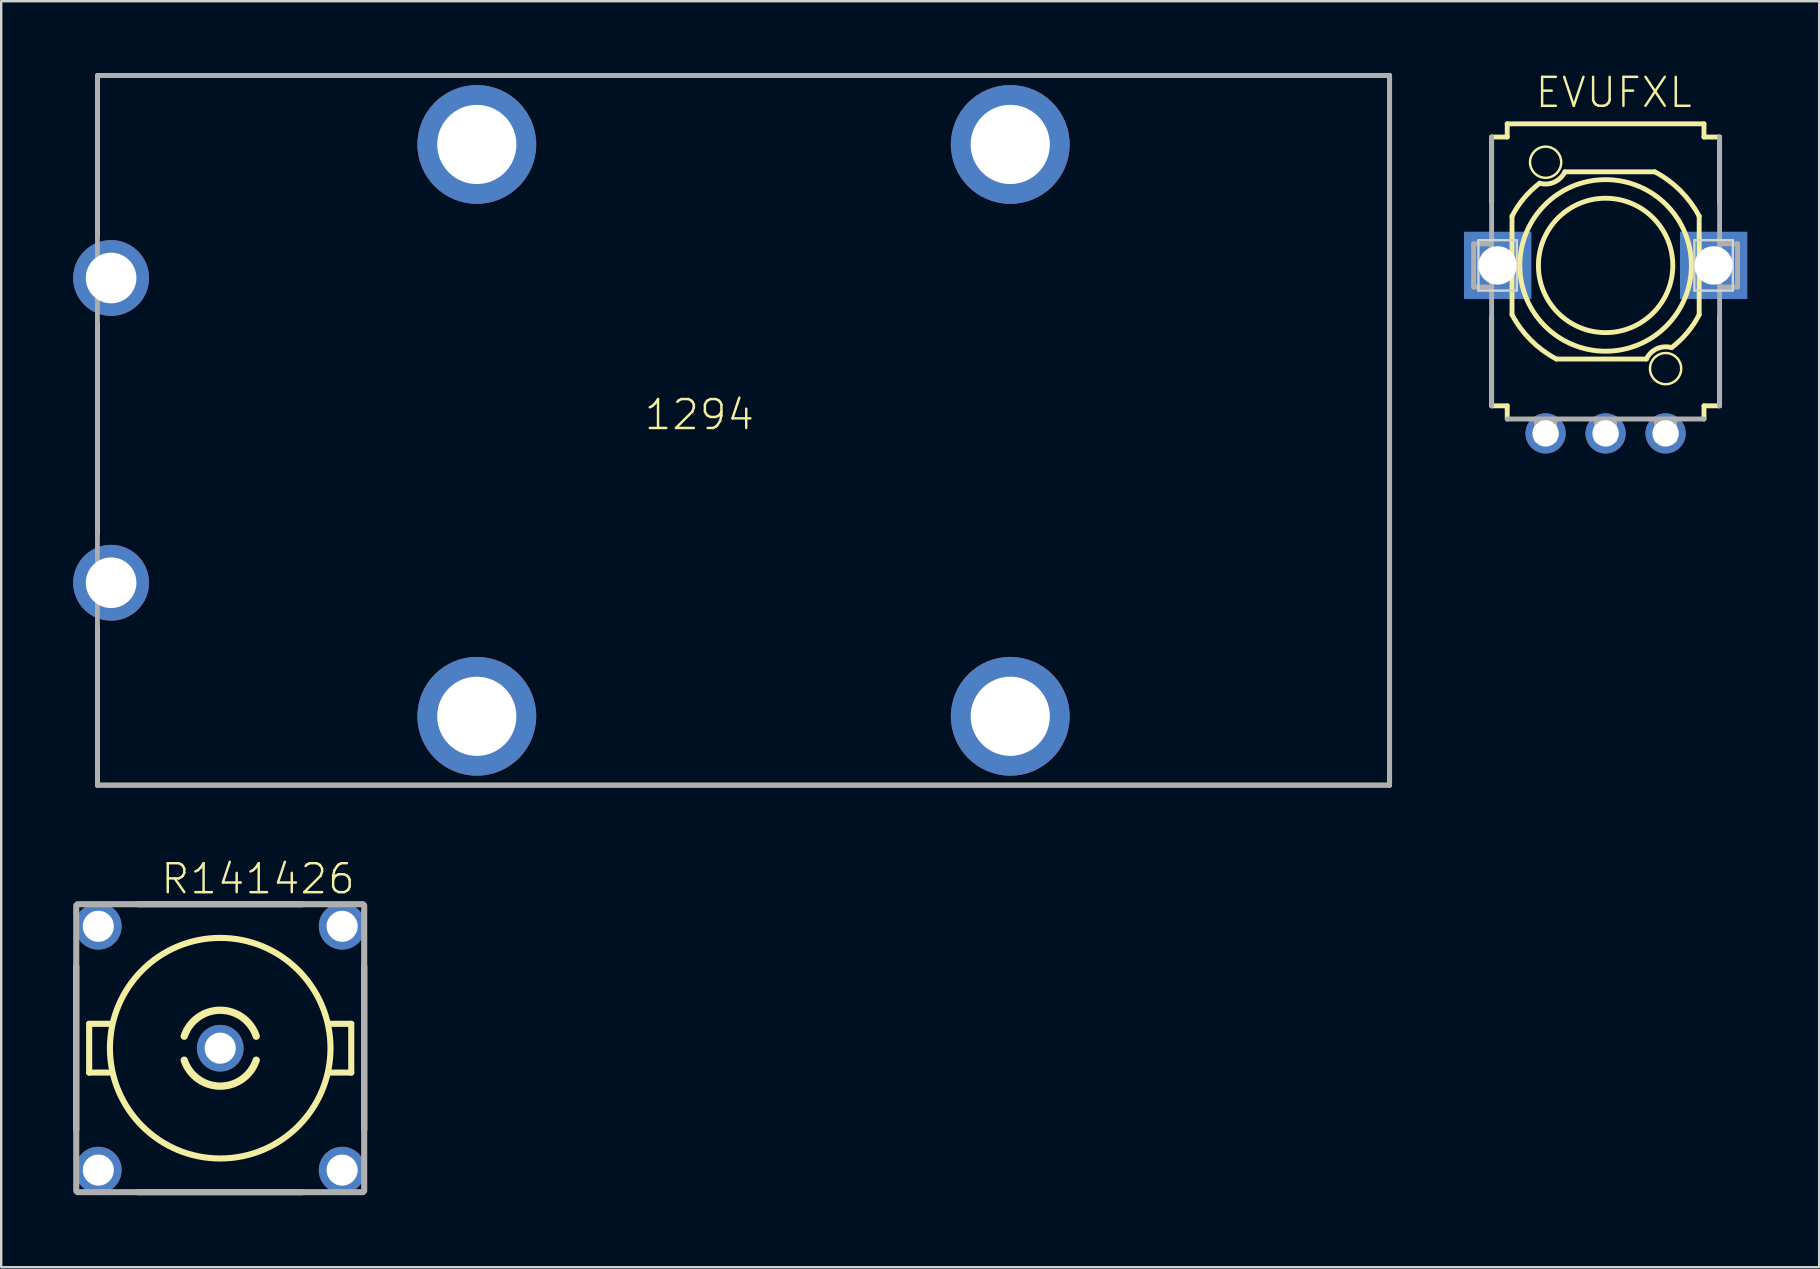
<source format=kicad_pcb>
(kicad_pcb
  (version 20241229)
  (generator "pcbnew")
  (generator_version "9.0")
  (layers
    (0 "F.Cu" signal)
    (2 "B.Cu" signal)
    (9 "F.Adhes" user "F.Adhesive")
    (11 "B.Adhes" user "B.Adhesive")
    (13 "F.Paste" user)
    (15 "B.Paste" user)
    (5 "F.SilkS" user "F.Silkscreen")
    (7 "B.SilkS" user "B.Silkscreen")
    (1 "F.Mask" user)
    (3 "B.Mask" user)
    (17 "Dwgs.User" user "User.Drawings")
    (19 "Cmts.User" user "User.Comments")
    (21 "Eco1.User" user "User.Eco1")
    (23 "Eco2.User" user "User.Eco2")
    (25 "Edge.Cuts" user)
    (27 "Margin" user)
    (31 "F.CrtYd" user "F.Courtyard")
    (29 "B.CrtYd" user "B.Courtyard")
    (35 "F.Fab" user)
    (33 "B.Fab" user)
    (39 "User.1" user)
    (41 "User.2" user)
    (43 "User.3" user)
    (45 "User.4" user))
  (footprint "R141426"
    (layer "F.Cu")
    (at 6.127 40.631)
    (property "Reference" "R141426" (at -2.54 -6.35 0) (layer "F.SilkS") (effects (font (size 1.206 1.206) (thickness 0.102)) (justify left bottom)))
    (attr through_hole)
    (fp_line (start -6 -3.41) (end -6 3.41) (stroke (width 0.254) (type solid)) (layer "F.SilkS"))
    (fp_line (start -5.461 -1.016) (end -5.461 1.016) (stroke (width 0.254) (type solid)) (layer "F.SilkS"))
    (fp_line (start -5.461 1.016) (end -4.572 1.016) (stroke (width 0.254) (type solid)) (layer "F.SilkS"))
    (fp_line (start -4.572 -1.016) (end -5.461 -1.016) (stroke (width 0.254) (type solid)) (layer "F.SilkS"))
    (fp_line (start -3.41 6) (end 3.41 6) (stroke (width 0.254) (type solid)) (layer "F.SilkS"))
    (fp_line (start 3.41 -6) (end -3.41 -6) (stroke (width 0.254) (type solid)) (layer "F.SilkS"))
    (fp_line (start 4.572 1.016) (end 5.461 1.016) (stroke (width 0.254) (type solid)) (layer "F.SilkS"))
    (fp_line (start 5.461 -1.016) (end 4.572 -1.016) (stroke (width 0.254) (type solid)) (layer "F.SilkS"))
    (fp_line (start 5.461 1.016) (end 5.461 -1.016) (stroke (width 0.254) (type solid)) (layer "F.SilkS"))
    (fp_line (start 6 3.41) (end 6 -3.41) (stroke (width 0.254) (type solid)) (layer "F.SilkS"))
    (fp_arc (start -1.5 -0.5) (mid 0 -1.581139) (end 1.5 -0.5) (stroke (width 0.3048) (type solid)) (layer "F.SilkS"))
    (fp_arc (start 1.5 0.5) (mid 0 1.581139) (end -1.5 0.5) (stroke (width 0.3048) (type solid)) (layer "F.SilkS"))
    (fp_circle (center 0 0) (end 4.596 0) (stroke (width 0.254) (type solid)) (fill no) (layer "F.SilkS"))
    (fp_line (start -6 -5.95) (end -6 5.95) (stroke (width 0.254) (type solid)) (layer "F.Fab"))
    (fp_line (start -5.95 6) (end 5.95 6) (stroke (width 0.254) (type solid)) (layer "F.Fab"))
    (fp_line (start 5.95 -6) (end -5.95 -6) (stroke (width 0.254) (type solid)) (layer "F.Fab"))
    (fp_line (start 6 5.95) (end 6 -5.95) (stroke (width 0.254) (type solid)) (layer "F.Fab"))
    (pad "1" thru_hole circle (at 0 0) (size 1.943 1.943) (drill 1.295) (layers "*.Cu" "*.Mask"))
    (pad "2" thru_hole circle (at 5.08 -5.08) (size 1.943 1.943) (drill 1.295) (layers "*.Cu" "*.Mask"))
    (pad "3" thru_hole circle (at -5.08 -5.08) (size 1.943 1.943) (drill 1.295) (layers "*.Cu" "*.Mask"))
    (pad "4" thru_hole circle (at -5.08 5.08) (size 1.943 1.943) (drill 1.295) (layers "*.Cu" "*.Mask"))
    (pad "5" thru_hole circle (at 5.08 5.08) (size 1.943 1.943) (drill 1.295) (layers "*.Cu" "*.Mask")))
  (footprint "EVUFXL"
    (layer "F.Cu")
    (at 63.86 8.011)
    (property "Reference" "EVUFXL" (at -3 -6.5 0) (layer "F.SilkS") (effects (font (size 1.206 1.206) (thickness 0.102)) (justify left bottom)))
    (attr through_hole)
    (fp_line (start -4.75 -2.65) (end -4.75 -5.35) (stroke (width 0.203) (type solid)) (layer "F.SilkS"))
    (fp_line (start -4.75 5.85) (end -4.75 2.15) (stroke (width 0.203) (type solid)) (layer "F.SilkS"))
    (fp_line (start -4.75 5.85) (end -4.1 5.85) (stroke (width 0.203) (type solid)) (layer "F.SilkS"))
    (fp_line (start -4.1 -5.9) (end -4.1 -5.35) (stroke (width 0.203) (type solid)) (layer "F.SilkS"))
    (fp_line (start -4.1 -5.9) (end 4.1 -5.9) (stroke (width 0.203) (type solid)) (layer "F.SilkS"))
    (fp_line (start -4.1 -5.35) (end -4.75 -5.35) (stroke (width 0.203) (type solid)) (layer "F.SilkS"))
    (fp_line (start -4.1 5.85) (end -4.1 6.4) (stroke (width 0.203) (type solid)) (layer "F.SilkS"))
    (fp_line (start -3.9 -2.05) (end -3.9 2.05) (stroke (width 0.203) (type solid)) (layer "F.SilkS"))
    (fp_line (start -1.7 -3.9) (end 2.05 -3.9) (stroke (width 0.203) (type solid)) (layer "F.SilkS"))
    (fp_line (start 1.7 3.9) (end -2.05 3.9) (stroke (width 0.203) (type solid)) (layer "F.SilkS"))
    (fp_line (start 3.9 2.05) (end 3.9 -2.05) (stroke (width 0.203) (type solid)) (layer "F.SilkS"))
    (fp_line (start 4.1 -5.35) (end 4.1 -5.9) (stroke (width 0.203) (type solid)) (layer "F.SilkS"))
    (fp_line (start 4.1 5.85) (end 4.75 5.85) (stroke (width 0.203) (type solid)) (layer "F.SilkS"))
    (fp_line (start 4.1 6.4) (end 4.1 5.85) (stroke (width 0.203) (type solid)) (layer "F.SilkS"))
    (fp_line (start 4.75 -5.35) (end 4.1 -5.35) (stroke (width 0.203) (type solid)) (layer "F.SilkS"))
    (fp_line (start 4.75 -5.35) (end 4.75 -2.65) (stroke (width 0.203) (type solid)) (layer "F.SilkS"))
    (fp_line (start 4.75 2.15) (end 4.75 5.85) (stroke (width 0.203) (type solid)) (layer "F.SilkS"))
    (fp_arc (start -3.9 -2.05) (mid -3.402413 -2.802246) (end -2.75 -3.425) (stroke (width 0.2032) (type solid)) (layer "F.SilkS"))
    (fp_arc (start -2.05 3.9) (mid -3.115486 3.115486) (end -3.9 2.05) (stroke (width 0.2032) (type solid)) (layer "F.SilkS"))
    (fp_arc (start -1.700001 -3.899999) (mid -2.138487 -3.471258) (end -2.75 -3.425) (stroke (width 0.2032) (type solid)) (layer "F.SilkS"))
    (fp_arc (start 1.700001 3.899999) (mid 2.138487 3.471258) (end 2.75 3.425) (stroke (width 0.2032) (type solid)) (layer "F.SilkS"))
    (fp_arc (start 2.05 -3.9) (mid 3.115486 -3.115486) (end 3.9 -2.05) (stroke (width 0.2032) (type solid)) (layer "F.SilkS"))
    (fp_arc (start 3.9 2.05) (mid 3.402413 2.802246) (end 2.75 3.425) (stroke (width 0.2032) (type solid)) (layer "F.SilkS"))
    (fp_circle (center -2.5 -4.3) (end -1.85 -4.3) (stroke (width 0.102) (type solid)) (fill no) (layer "F.SilkS"))
    (fp_circle (center 0 0) (end 2.8 0) (stroke (width 0.203) (type solid)) (fill no) (layer "F.SilkS"))
    (fp_circle (center 0 0) (end 3.575 0) (stroke (width 0.203) (type solid)) (fill no) (layer "F.SilkS"))
    (fp_circle (center 2.5 4.3) (end 3.15 4.3) (stroke (width 0.102) (type solid)) (fill no) (layer "F.SilkS"))
    (fp_line (start -5.3 1.05) (end -5.3 -1.05) (stroke (width 0.1) (type solid)) (layer "Edge.Cuts"))
    (fp_line (start -3.7 -1.05) (end -5.3 -1.05) (stroke (width 0.1) (type solid)) (layer "Edge.Cuts"))
    (fp_line (start -3.7 -1.05) (end -3.7 1.05) (stroke (width 0.1) (type solid)) (layer "Edge.Cuts"))
    (fp_line (start -3.7 1.05) (end -5.3 1.05) (stroke (width 0.1) (type solid)) (layer "Edge.Cuts"))
    (fp_line (start 3.7 1.05) (end 3.7 -1.05) (stroke (width 0.1) (type solid)) (layer "Edge.Cuts"))
    (fp_line (start 5.3 -1.05) (end 3.7 -1.05) (stroke (width 0.1) (type solid)) (layer "Edge.Cuts"))
    (fp_line (start 5.3 -1.05) (end 5.3 1.05) (stroke (width 0.1) (type solid)) (layer "Edge.Cuts"))
    (fp_line (start 5.3 1.05) (end 3.7 1.05) (stroke (width 0.1) (type solid)) (layer "Edge.Cuts"))
    (fp_line (start -5.5 -0.9) (end -5.5 0.9) (stroke (width 0.203) (type solid)) (layer "F.Fab"))
    (fp_line (start -5.5 0.9) (end -4.85 0.9) (stroke (width 0.203) (type solid)) (layer "F.Fab"))
    (fp_line (start -4.85 -0.9) (end -5.5 -0.9) (stroke (width 0.203) (type solid)) (layer "F.Fab"))
    (fp_line (start -4.75 5.85) (end -4.75 -5.35) (stroke (width 0.203) (type solid)) (layer "F.Fab"))
    (fp_line (start 4.1 6.4) (end -4.1 6.4) (stroke (width 0.203) (type solid)) (layer "F.Fab"))
    (fp_line (start 4.75 -5.35) (end 4.75 5.85) (stroke (width 0.203) (type solid)) (layer "F.Fab"))
    (fp_line (start 4.85 0.9) (end 5.5 0.9) (stroke (width 0.203) (type solid)) (layer "F.Fab"))
    (fp_line (start 5.5 -0.9) (end 4.85 -0.9) (stroke (width 0.203) (type solid)) (layer "F.Fab"))
    (fp_line (start 5.5 0.9) (end 5.5 -0.9) (stroke (width 0.203) (type solid)) (layer "F.Fab"))
    (fp_poly (pts (xy -2.925 7.325) (xy -2.075 7.325) (xy -2.075 6.5) (xy -2.925 6.5)) (stroke (width 0.1) (type solid)) (fill no) (layer "F.Fab"))
    (fp_poly (pts (xy -0.425 7.325) (xy 0.425 7.325) (xy 0.425 6.5) (xy -0.425 6.5)) (stroke (width 0.1) (type solid)) (fill no) (layer "F.Fab"))
    (fp_poly (pts (xy 2.075 7.325) (xy 2.925 7.325) (xy 2.925 6.5) (xy 2.075 6.5)) (stroke (width 0.1) (type solid)) (fill no) (layer "F.Fab"))
    (pad "1" thru_hole circle (at -2.5 7 270) (size 1.676 1.676) (drill 1.1) (layers "*.Cu" "*.Mask"))
    (pad "2" thru_hole circle (at 0 7 270) (size 1.676 1.676) (drill 1.1) (layers "*.Cu" "*.Mask"))
    (pad "3" thru_hole circle (at 2.5 7 270) (size 1.676 1.676) (drill 1.1) (layers "*.Cu" "*.Mask"))
    (pad "M1" thru_hole rect (at 4.5 0 270) (size 2.8 2.8) (drill 1.6) (layers "*.Cu" "*.Mask"))
    (pad "M2" thru_hole rect (at -4.5 0 270) (size 2.8 2.8) (drill 1.6) (layers "*.Cu" "*.Mask")))
  (footprint "1294"
    (layer "F.Cu")
    (at 27.935 26.8)
    (property "Reference" "1294" (at 0.524 -13.273 0) (layer "F.SilkS") (effects (font (size 1.206 1.206) (thickness 0.102)) (justify right top)))
    (attr through_hole)
    (fp_line (start -26.925 -26.7) (end -26.925 -20.032) (stroke (width 0.2) (type solid)) (layer "F.SilkS"))
    (fp_line (start -26.925 -26.7) (end 26.925 -26.7) (stroke (width 0.2) (type solid)) (layer "F.SilkS"))
    (fp_line (start -26.925 -16.348) (end -26.925 -7.623) (stroke (width 0.2) (type solid)) (layer "F.SilkS"))
    (fp_line (start -26.925 2.87) (end -26.925 -3.745) (stroke (width 0.2) (type solid)) (layer "F.SilkS"))
    (fp_line (start 26.925 -26.7) (end 26.925 2.87) (stroke (width 0.2) (type solid)) (layer "F.SilkS"))
    (fp_line (start 26.925 2.87) (end -26.925 2.87) (stroke (width 0.2) (type solid)) (layer "F.SilkS"))
    (fp_line (start -26.925 -26.7) (end 26.925 -26.7) (stroke (width 0.2) (type solid)) (layer "F.Fab"))
    (fp_line (start -26.925 2.87) (end -26.925 -26.7) (stroke (width 0.2) (type solid)) (layer "F.Fab"))
    (fp_line (start 26.925 -26.7) (end 26.925 2.87) (stroke (width 0.2) (type solid)) (layer "F.Fab"))
    (fp_line (start 26.925 2.87) (end -26.925 2.87) (stroke (width 0.2) (type solid)) (layer "F.Fab"))
    (pad "1" thru_hole circle (at -26.355 -18.265) (size 3.16 3.16) (drill 2.11) (layers "*.Cu" "*.Mask"))
    (pad "2" thru_hole circle (at -26.355 -5.565) (size 3.16 3.16) (drill 2.11) (layers "*.Cu" "*.Mask"))
    (pad "3" thru_hole circle (at -11.115 -23.83) (size 4.95 4.95) (drill 3.3) (layers "*.Cu" "*.Mask"))
    (pad "4" thru_hole circle (at -11.115 0) (size 4.95 4.95) (drill 3.3) (layers "*.Cu" "*.Mask"))
    (pad "5" thru_hole circle (at 11.115 -23.83) (size 4.95 4.95) (drill 3.3) (layers "*.Cu" "*.Mask"))
    (pad "6" thru_hole circle (at 11.115 0) (size 4.95 4.95) (drill 3.3) (layers "*.Cu" "*.Mask")))
  (gr_rect
    (start -3 -3)
    (end 72.76 49.758)
    (stroke (width 0.1) (type default))
    (fill no)
    (layer "Edge.Cuts")))
</source>
